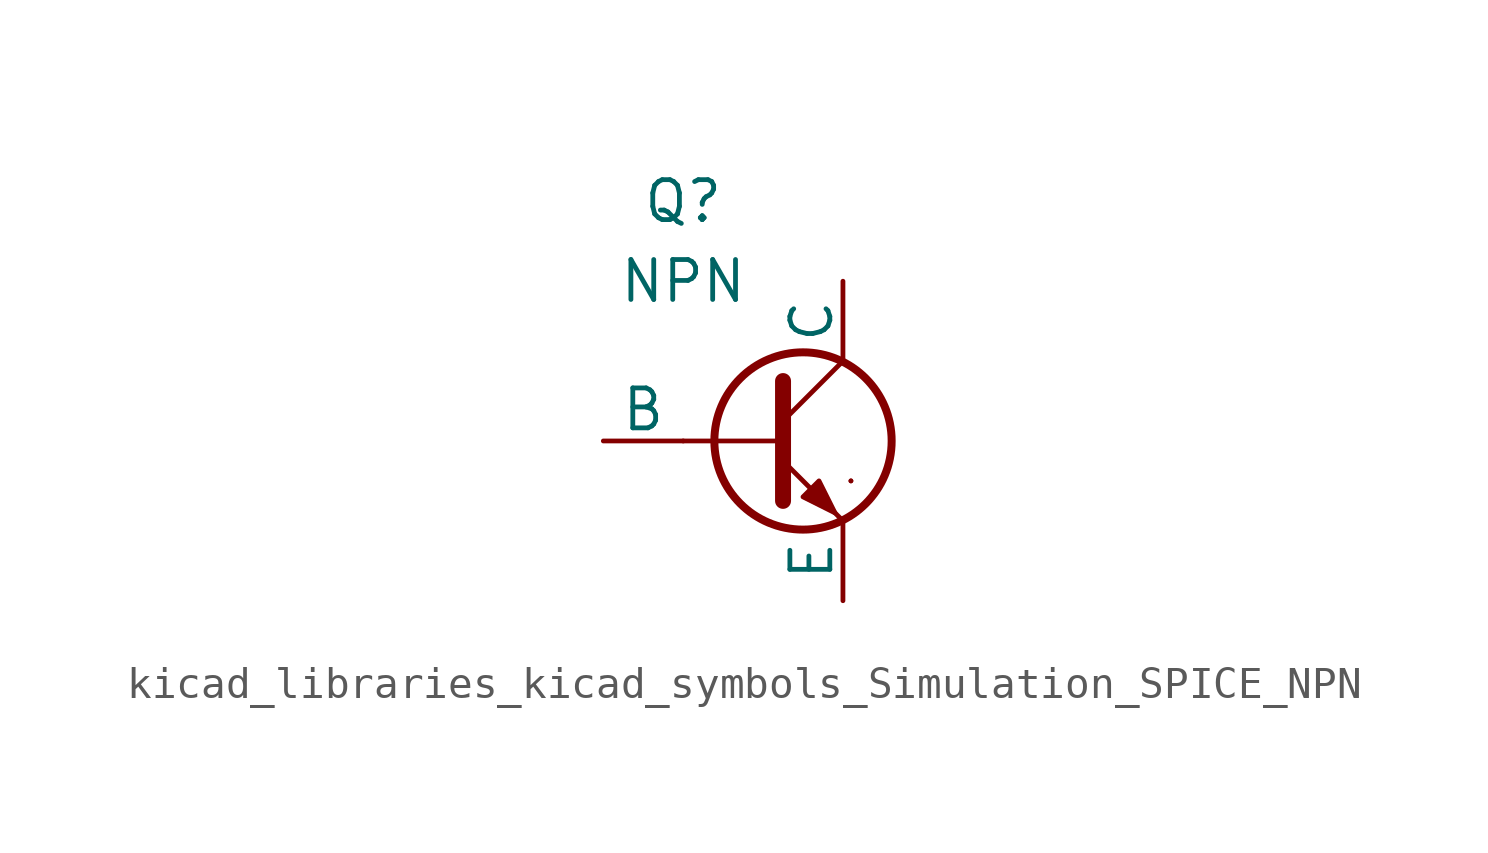
<source format=kicad_sym>
(kicad_symbol_lib
  (version 20220914)
  (generator kicad_symbol_editor)
  (symbol "kicad_libraries_kicad_symbols_Simulation_SPICE_NPN"
    (pin_numbers hide)
    (pin_names
      (offset 0))
    (property "Reference" "Q"
      (at -2.54 7.62 0)
      (effects (font (size 1.27 1.27))))
    (property "Value" "NPN"
      (at -2.54 5.08 0)
      (effects (font (size 1.27 1.27))))
    (symbol "kicad_libraries_kicad_symbols_Simulation_SPICE_NPN_0_1"
      (polyline (pts (xy -2.54 0) (xy 0.635 0)) (stroke (width 0.152) (type default)) (fill (type none)))
      (polyline (pts (xy 0.635 0.635) (xy 2.54 2.54)) (stroke (width 0) (type default)) (fill (type none)))
      (polyline (pts (xy 2.794 -1.27) (xy 2.794 -1.27)) (stroke (width 0.152) (type default)) (fill (type none)))
      (polyline (pts (xy 2.794 -1.27) (xy 2.794 -1.27)) (stroke (width 0.152) (type default)) (fill (type none)))
      (polyline (pts (xy 0.635 -0.635) (xy 2.54 -2.54) (xy 2.54 -2.54)) (stroke (width 0) (type default)) (fill (type none)))
      (polyline (pts (xy 0.635 1.905) (xy 0.635 -1.905) (xy 0.635 -1.905)) (stroke (width 0.508) (type default)) (fill (type none)))
      (polyline (pts (xy 1.27 -1.778) (xy 1.778 -1.27) (xy 2.286 -2.286) (xy 1.27 -1.778) (xy 1.27 -1.778)) (stroke (width 0) (type default)) (fill (type outline)))
      (circle (center 1.27 0) (radius 2.819) (stroke (width 0.254) (type default)) (fill (type none))))
    (symbol "kicad_libraries_kicad_symbols_Simulation_SPICE_NPN_1_1"
      (pin open_collector line (at 2.54 5.08 270) (length 2.54) (name "C" (effects (font (size 1.27 1.27)))) (number "1" (effects (font (size 1.27 1.27)))))
      (pin input line (at -5.08 0 0) (length 2.54) (name "B" (effects (font (size 1.27 1.27)))) (number "2" (effects (font (size 1.27 1.27)))))
      (pin open_emitter line (at 2.54 -5.08 90) (length 2.54) (name "E" (effects (font (size 1.27 1.27)))) (number "3" (effects (font (size 1.27 1.27))))))))
</source>
